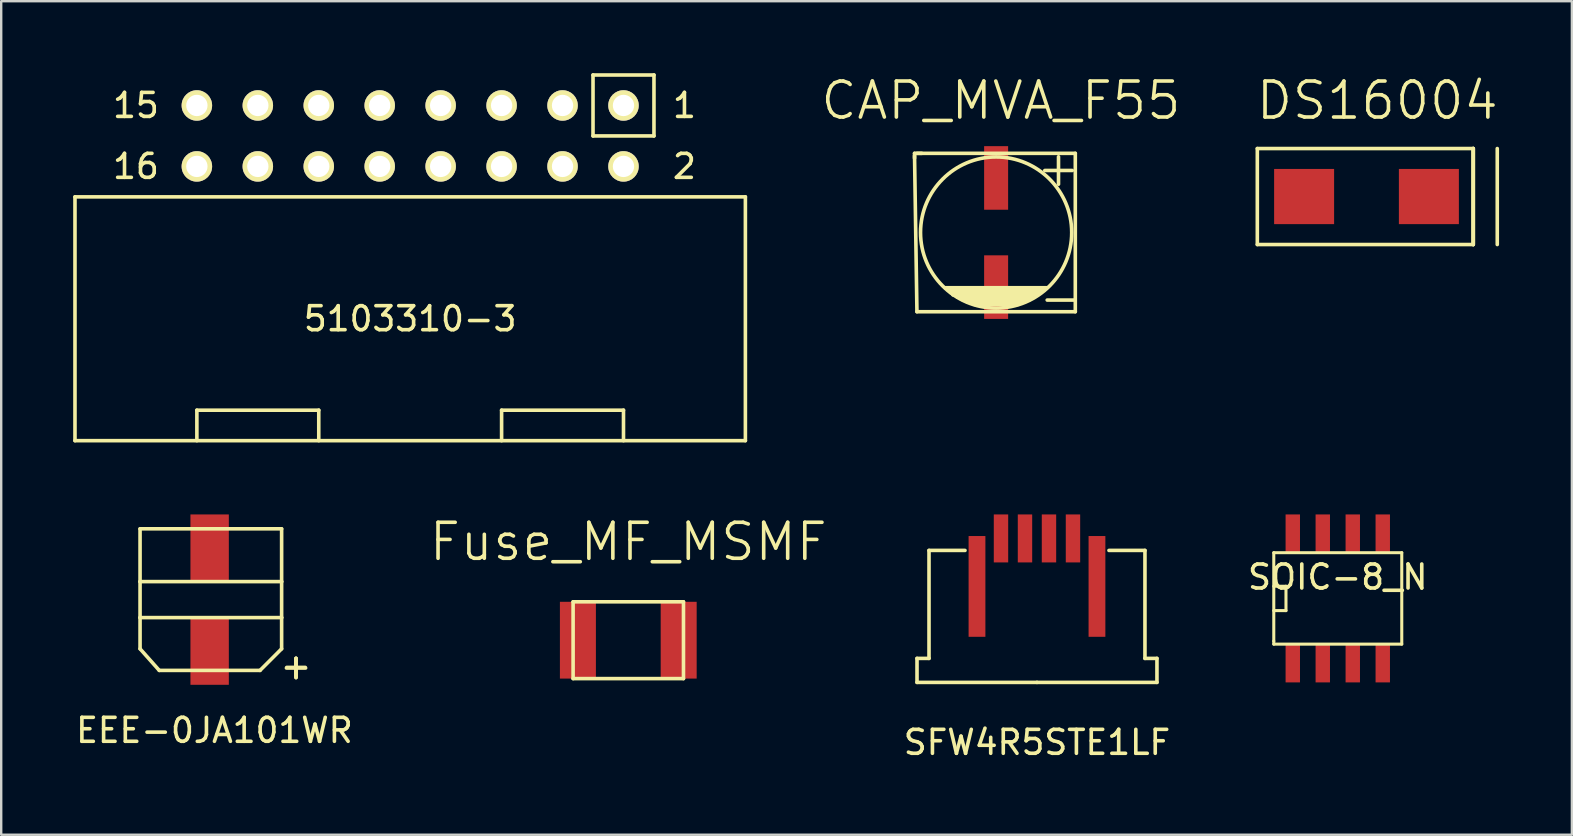
<source format=kicad_pcb>
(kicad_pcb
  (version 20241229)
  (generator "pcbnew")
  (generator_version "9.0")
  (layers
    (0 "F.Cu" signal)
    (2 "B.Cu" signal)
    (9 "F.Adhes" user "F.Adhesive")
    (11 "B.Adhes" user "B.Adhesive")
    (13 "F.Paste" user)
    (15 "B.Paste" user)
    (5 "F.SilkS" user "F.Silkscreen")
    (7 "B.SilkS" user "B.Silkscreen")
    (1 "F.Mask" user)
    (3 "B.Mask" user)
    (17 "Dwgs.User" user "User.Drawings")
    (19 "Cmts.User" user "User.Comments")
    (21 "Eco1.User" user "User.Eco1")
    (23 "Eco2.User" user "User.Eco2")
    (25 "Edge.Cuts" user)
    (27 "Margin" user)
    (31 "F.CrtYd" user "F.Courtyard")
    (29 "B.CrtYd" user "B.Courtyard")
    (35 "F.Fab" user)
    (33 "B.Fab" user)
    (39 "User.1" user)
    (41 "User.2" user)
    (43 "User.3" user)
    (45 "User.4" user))
  (footprint "SOIC-8_N"
    (layer "F.Cu")
    (at 52.704 21.89)
    (property "Reference" "SOIC-8_N" (at 0 -0.889 0) (layer "F.SilkS") (effects (font (size 1 1) (thickness 0.15))))
    (attr smd)
    (fp_line (start -2.667 -1.905) (end -2.667 1.778) (stroke (width 0.127) (type solid)) (layer "F.SilkS"))
    (fp_line (start -2.667 -0.508) (end -2.159 -0.508) (stroke (width 0.127) (type solid)) (layer "F.SilkS"))
    (fp_line (start -2.667 1.778) (end -2.667 1.905) (stroke (width 0.127) (type solid)) (layer "F.SilkS"))
    (fp_line (start -2.667 1.905) (end 2.667 1.905) (stroke (width 0.127) (type solid)) (layer "F.SilkS"))
    (fp_line (start -2.159 -0.508) (end -2.159 0.508) (stroke (width 0.127) (type solid)) (layer "F.SilkS"))
    (fp_line (start -2.159 0.508) (end -2.667 0.508) (stroke (width 0.127) (type solid)) (layer "F.SilkS"))
    (fp_line (start 2.667 -1.905) (end -2.667 -1.905) (stroke (width 0.127) (type solid)) (layer "F.SilkS"))
    (fp_line (start 2.667 -1.905) (end 2.667 1.905) (stroke (width 0.127) (type solid)) (layer "F.SilkS"))
    (pad "1" smd rect (at -1.875 2.7) (size 0.6 1.6) (layers "F.Cu" "F.Mask" "F.Paste"))
    (pad "2" smd rect (at -0.625 2.7) (size 0.6 1.6) (layers "F.Cu" "F.Mask" "F.Paste"))
    (pad "3" smd rect (at 0.625 2.7) (size 0.6 1.6) (layers "F.Cu" "F.Mask" "F.Paste"))
    (pad "4" smd rect (at 1.875 2.7) (size 0.6 1.6) (layers "F.Cu" "F.Mask" "F.Paste"))
    (pad "5" smd rect (at 1.875 -2.7) (size 0.6 1.6) (layers "F.Cu" "F.Mask" "F.Paste"))
    (pad "6" smd rect (at 0.625 -2.7) (size 0.6 1.6) (layers "F.Cu" "F.Mask" "F.Paste"))
    (pad "7" smd rect (at -0.625 -2.7) (size 0.6 1.6) (layers "F.Cu" "F.Mask" "F.Paste"))
    (pad "8" smd rect (at -1.875 -2.7) (size 0.6 1.6) (layers "F.Cu" "F.Mask" "F.Paste")))
  (footprint "SFW4R­5STE1LF"
    (layer "F.Cu")
    (at 40.168 20.39)
    (property "Reference" "SFW4R­5STE1LF" (at 0 7.5 0) (layer "F.SilkS") (effects (font (size 1 1) (thickness 0.15))))
    (attr through_hole)
    (fp_line (start -5 4) (end -5 5) (stroke (width 0.15) (type solid)) (layer "F.SilkS"))
    (fp_line (start -5 5) (end 0 5) (stroke (width 0.15) (type solid)) (layer "F.SilkS"))
    (fp_line (start -4.5 -0.5) (end -4.5 4) (stroke (width 0.15) (type solid)) (layer "F.SilkS"))
    (fp_line (start -4.5 4) (end -5 4) (stroke (width 0.15) (type solid)) (layer "F.SilkS"))
    (fp_line (start -3 -0.5) (end -4.5 -0.5) (stroke (width 0.15) (type solid)) (layer "F.SilkS"))
    (fp_line (start 0 5) (end 5 5) (stroke (width 0.15) (type solid)) (layer "F.SilkS"))
    (fp_line (start 3 -0.5) (end 4.5 -0.5) (stroke (width 0.15) (type solid)) (layer "F.SilkS"))
    (fp_line (start 4.5 -0.5) (end 4.5 4) (stroke (width 0.15) (type solid)) (layer "F.SilkS"))
    (fp_line (start 5 4) (end 4.5 4) (stroke (width 0.15) (type solid)) (layer "F.SilkS"))
    (fp_line (start 5 5) (end 5 4) (stroke (width 0.15) (type solid)) (layer "F.SilkS"))
    (pad "" smd rect (at -2.5 1) (size 0.7 4.2) (layers "F.Cu" "F.Mask" "F.Paste"))
    (pad "" smd rect (at 2.5 1) (size 0.7 4.2) (layers "F.Cu" "F.Mask" "F.Paste"))
    (pad "1" smd rect (at -1.5 -1) (size 0.6 2) (layers "F.Cu" "F.Mask" "F.Paste"))
    (pad "2" smd rect (at -0.5 -1) (size 0.6 2) (layers "F.Cu" "F.Mask" "F.Paste"))
    (pad "3" smd rect (at 0.5 -1) (size 0.6 2) (layers "F.Cu" "F.Mask" "F.Paste"))
    (pad "4" smd rect (at 1.5 -1) (size 0.6 2) (layers "F.Cu" "F.Mask" "F.Paste")))
  (footprint "Fuse_MF_MSMF"
    (layer "F.Cu")
    (at 23.135 23.631)
    (property "Reference" "Fuse_MF_MSMF" (at 0 -4.1 0) (layer "F.SilkS") (effects (font (size 1.5 1.5) (thickness 0.15))))
    (attr through_hole)
    (fp_line (start -2.3 -1.6) (end 2.3 -1.6) (stroke (width 0.15) (type solid)) (layer "F.SilkS"))
    (fp_line (start -2.3 1.6) (end -2.3 -1.6) (stroke (width 0.15) (type solid)) (layer "F.SilkS"))
    (fp_line (start 2.3 -1.6) (end 2.3 1.6) (stroke (width 0.15) (type solid)) (layer "F.SilkS"))
    (fp_line (start 2.3 1.6) (end -2.3 1.6) (stroke (width 0.15) (type solid)) (layer "F.SilkS"))
    (pad "1" smd rect (at -2.1 0) (size 1.5 3.2) (layers "F.Cu" "F.Mask" "F.Paste"))
    (pad "2" smd rect (at 2.1 0) (size 1.5 3.2) (layers "F.Cu" "F.Mask" "F.Paste")))
  (footprint "EEE-0JA101WR"
    (layer "F.Cu")
    (at 5.587 21.89)
    (property "Reference" "EEE-0JA101WR" (at 0.3 5.5 0) (layer "F.SilkS") (effects (font (size 1 1) (thickness 0.15))))
    (attr through_hole)
    (fp_line (start -2.8 -2.9) (end 3.1 -2.9) (stroke (width 0.15) (type solid)) (layer "F.SilkS"))
    (fp_line (start -2.8 -0.7) (end -2.8 -2.9) (stroke (width 0.15) (type solid)) (layer "F.SilkS"))
    (fp_line (start -2.8 0.8) (end -2.8 -0.7) (stroke (width 0.15) (type solid)) (layer "F.SilkS"))
    (fp_line (start -2.8 0.8) (end -2.8 2.1) (stroke (width 0.15) (type solid)) (layer "F.SilkS"))
    (fp_line (start -2.8 2.1) (end -2 3) (stroke (width 0.15) (type solid)) (layer "F.SilkS"))
    (fp_line (start -2 3) (end 2.2 3) (stroke (width 0.15) (type solid)) (layer "F.SilkS"))
    (fp_line (start 3.1 -2.9) (end 3.1 -0.7) (stroke (width 0.15) (type solid)) (layer "F.SilkS"))
    (fp_line (start 3.1 -0.7) (end -2.8 -0.7) (stroke (width 0.15) (type solid)) (layer "F.SilkS"))
    (fp_line (start 3.1 -0.7) (end 3.1 0.8) (stroke (width 0.15) (type solid)) (layer "F.SilkS"))
    (fp_line (start 3.1 0.8) (end -2.8 0.8) (stroke (width 0.15) (type solid)) (layer "F.SilkS"))
    (fp_line (start 3.1 0.8) (end 3.1 2.1) (stroke (width 0.15) (type solid)) (layer "F.SilkS"))
    (fp_line (start 3.1 2.1) (end 2.2 3) (stroke (width 0.15) (type solid)) (layer "F.SilkS"))
    (fp_line (start 3.7 2.5) (end 3.7 3.3) (stroke (width 0.15) (type solid)) (layer "F.SilkS"))
    (fp_line (start 3.7 3.3) (end 3.7 2.5) (stroke (width 0.15) (type solid)) (layer "F.SilkS"))
    (fp_line (start 4.1 2.9) (end 3.3 2.9) (stroke (width 0.15) (type solid)) (layer "F.SilkS"))
    (fp_text user "+" (at 3.7 2.8 0) (layer "F.SilkS") (effects (font (size 1 1) (thickness 0.15))))
    (pad "1" smd rect (at 0.1 2.2) (size 1.6 2.8) (layers "F.Cu" "F.Mask" "F.Paste"))
    (pad "2" smd rect (at 0.1 -2.1) (size 1.6 2.8) (layers "F.Cu" "F.Mask" "F.Paste")))
  (footprint "DS16004"
    (layer "F.Cu")
    (at 54.351 5.141)
    (property "Reference" "DS16004" (at 0 -4 0) (layer "F.SilkS") (effects (font (size 1.5 1.5) (thickness 0.15))))
    (attr through_hole)
    (fp_line (start -5 -2) (end -5 2) (stroke (width 0.15) (type solid)) (layer "F.SilkS"))
    (fp_line (start -5 2) (end 4 2) (stroke (width 0.15) (type solid)) (layer "F.SilkS"))
    (fp_line (start 4 -2) (end -5 -2) (stroke (width 0.15) (type solid)) (layer "F.SilkS"))
    (fp_line (start 4 -2) (end 4 2) (stroke (width 0.15) (type solid)) (layer "F.SilkS"))
    (fp_line (start 4 2) (end 4 -2) (stroke (width 0.15) (type solid)) (layer "F.SilkS"))
    (fp_line (start 4 2) (end 4 -2) (stroke (width 0.15) (type solid)) (layer "F.SilkS"))
    (fp_line (start 5 -2) (end 5 2) (stroke (width 0.15) (type solid)) (layer "F.SilkS"))
    (pad "1" smd rect (at -3.05 0) (size 2.5 2.3) (layers "F.Cu" "F.Mask" "F.Paste"))
    (pad "2" smd rect (at 2.15 0) (size 2.5 2.3) (layers "F.Cu" "F.Mask" "F.Paste")))
  (footprint "CAP_MVA_F55"
    (layer "F.Cu")
    (at 38.465 6.641)
    (property "Reference" "CAP_MVA_F55" (at 0.2 -5.5 0) (layer "F.SilkS") (effects (font (size 1.5 1.5) (thickness 0.15))))
    (attr through_hole)
    (fp_line (start -3.4 -3.3) (end -3.4 -3.1) (stroke (width 0.15) (type solid)) (layer "F.SilkS"))
    (fp_line (start -3.4 -3.3) (end -3.1 -3.3) (stroke (width 0.15) (type solid)) (layer "F.SilkS"))
    (fp_line (start -3.4 -3.2) (end -3.3 3.3) (stroke (width 0.15) (type solid)) (layer "F.SilkS"))
    (fp_line (start -3.3 3.3) (end 3.3 3.3) (stroke (width 0.15) (type solid)) (layer "F.SilkS"))
    (fp_line (start -2 2.4) (end 2 2.4) (stroke (width 0.15) (type solid)) (layer "F.SilkS"))
    (fp_line (start -1.9 2.5) (end 1.8 2.5) (stroke (width 0.15) (type solid)) (layer "F.SilkS"))
    (fp_line (start -1.4 2.8) (end 1.4 2.8) (stroke (width 0.15) (type solid)) (layer "F.SilkS"))
    (fp_line (start -1.2 2.9) (end 1.1 2.9) (stroke (width 0.15) (type solid)) (layer "F.SilkS"))
    (fp_line (start 0.9 3) (end -0.9 3) (stroke (width 0.15) (type solid)) (layer "F.SilkS"))
    (fp_line (start 1.5 2.7) (end -1.6 2.7) (stroke (width 0.15) (type solid)) (layer "F.SilkS"))
    (fp_line (start 1.7 2.6) (end -1.8 2.6) (stroke (width 0.15) (type solid)) (layer "F.SilkS"))
    (fp_line (start 2.1 2.3) (end -2.1 2.3) (stroke (width 0.15) (type solid)) (layer "F.SilkS"))
    (fp_line (start 3.3 -3.3) (end -3.3 -3.3) (stroke (width 0.15) (type solid)) (layer "F.SilkS"))
    (fp_line (start 3.3 3.3) (end 3.3 -3.3) (stroke (width 0.15) (type solid)) (layer "F.SilkS"))
    (fp_circle (center 0 0) (end 0 -3.15) (stroke (width 0.15) (type solid)) (fill no) (layer "F.SilkS"))
    (fp_text user "+" (at 2.6 -2.7 0) (layer "F.SilkS") (effects (font (size 1.5 1.5) (thickness 0.15))))
    (fp_text user "-" (at 2.7 2.7 0) (layer "F.SilkS") (effects (font (size 1.5 1.5) (thickness 0.15))))
    (pad "1" smd rect (at 0 -2.275) (size 1 2.65) (layers "F.Cu" "F.Mask" "F.Paste"))
    (pad "2" smd rect (at 0 2.275) (size 1 2.65) (layers "F.Cu" "F.Mask" "F.Paste")))
  (footprint "5103310­-3"
    (layer "F.Cu")
    (at 14.045 2.615)
    (property "Reference" "5103310­-3" (at 0 7.62 0) (layer "F.SilkS") (effects (font (size 1 1) (thickness 0.15))))
    (attr through_hole)
    (fp_line (start -13.97 2.54) (end 13.97 2.54) (stroke (width 0.15) (type solid)) (layer "F.SilkS"))
    (fp_line (start -13.97 12.7) (end -13.97 2.54) (stroke (width 0.15) (type solid)) (layer "F.SilkS"))
    (fp_line (start -13.97 12.7) (end 13.97 12.7) (stroke (width 0.15) (type solid)) (layer "F.SilkS"))
    (fp_line (start -8.89 11.43) (end -3.81 11.43) (stroke (width 0.15) (type solid)) (layer "F.SilkS"))
    (fp_line (start -8.89 12.7) (end -8.89 11.43) (stroke (width 0.15) (type solid)) (layer "F.SilkS"))
    (fp_line (start -3.81 11.43) (end -3.81 12.7) (stroke (width 0.15) (type solid)) (layer "F.SilkS"))
    (fp_line (start 3.81 11.43) (end 8.89 11.43) (stroke (width 0.15) (type solid)) (layer "F.SilkS"))
    (fp_line (start 3.81 12.7) (end 3.81 11.43) (stroke (width 0.15) (type solid)) (layer "F.SilkS"))
    (fp_line (start 7.62 -2.54) (end 7.62 0) (stroke (width 0.15) (type solid)) (layer "F.SilkS"))
    (fp_line (start 7.62 0) (end 10.16 0) (stroke (width 0.15) (type solid)) (layer "F.SilkS"))
    (fp_line (start 8.89 11.43) (end 8.89 12.7) (stroke (width 0.15) (type solid)) (layer "F.SilkS"))
    (fp_line (start 10.16 -2.54) (end 7.62 -2.54) (stroke (width 0.15) (type solid)) (layer "F.SilkS"))
    (fp_line (start 10.16 0) (end 10.16 -2.54) (stroke (width 0.15) (type solid)) (layer "F.SilkS"))
    (fp_line (start 13.97 12.7) (end 13.97 2.54) (stroke (width 0.15) (type solid)) (layer "F.SilkS"))
    (fp_text user "15" (at -11.43 -1.27 0) (layer "F.SilkS") (effects (font (size 1 1) (thickness 0.15))))
    (fp_text user "16" (at -11.43 1.27 0) (layer "F.SilkS") (effects (font (size 1 1) (thickness 0.15))))
    (fp_text user "2" (at 11.43 1.27 0) (layer "F.SilkS") (effects (font (size 1 1) (thickness 0.15))))
    (fp_text user "1" (at 11.43 -1.27 0) (layer "F.SilkS") (effects (font (size 1 1) (thickness 0.15))))
    (pad "1" thru_hole circle (at 8.89 -1.27) (size 1.27 1.27) (drill 0.889) (layers "*.Cu" "*.Mask" "F.SilkS"))
    (pad "2" thru_hole circle (at 8.89 1.27) (size 1.27 1.27) (drill 0.889) (layers "*.Cu" "*.Mask" "F.SilkS"))
    (pad "3" thru_hole circle (at 6.35 -1.27) (size 1.27 1.27) (drill 0.889) (layers "*.Cu" "*.Mask" "F.SilkS"))
    (pad "4" thru_hole circle (at 6.35 1.27) (size 1.27 1.27) (drill 0.889) (layers "*.Cu" "*.Mask" "F.SilkS"))
    (pad "5" thru_hole circle (at 3.81 -1.27) (size 1.27 1.27) (drill 0.889) (layers "*.Cu" "*.Mask" "F.SilkS"))
    (pad "6" thru_hole circle (at 3.81 1.27) (size 1.27 1.27) (drill 0.889) (layers "*.Cu" "*.Mask" "F.SilkS"))
    (pad "7" thru_hole circle (at 1.27 -1.27) (size 1.27 1.27) (drill 0.889) (layers "*.Cu" "*.Mask" "F.SilkS"))
    (pad "8" thru_hole circle (at 1.27 1.27) (size 1.27 1.27) (drill 0.889) (layers "*.Cu" "*.Mask" "F.SilkS"))
    (pad "9" thru_hole circle (at -1.27 -1.27) (size 1.27 1.27) (drill 0.889) (layers "*.Cu" "*.Mask" "F.SilkS"))
    (pad "10" thru_hole circle (at -1.27 1.27) (size 1.27 1.27) (drill 0.889) (layers "*.Cu" "*.Mask" "F.SilkS"))
    (pad "11" thru_hole circle (at -3.81 -1.27) (size 1.27 1.27) (drill 0.889) (layers "*.Cu" "*.Mask" "F.SilkS"))
    (pad "12" thru_hole circle (at -3.81 1.27) (size 1.27 1.27) (drill 0.889) (layers "*.Cu" "*.Mask" "F.SilkS"))
    (pad "13" thru_hole circle (at -6.35 -1.27) (size 1.27 1.27) (drill 0.889) (layers "*.Cu" "*.Mask" "F.SilkS"))
    (pad "14" thru_hole circle (at -6.35 1.27) (size 1.27 1.27) (drill 0.889) (layers "*.Cu" "*.Mask" "F.SilkS"))
    (pad "15" thru_hole circle (at -8.89 -1.27) (size 1.27 1.27) (drill 0.889) (layers "*.Cu" "*.Mask" "F.SilkS"))
    (pad "16" thru_hole circle (at -8.89 1.27) (size 1.27 1.27) (drill 0.889) (layers "*.Cu" "*.Mask" "F.SilkS")))
  (gr_rect
    (start -3 -3)
    (end 62.461 31.738)
    (stroke (width 0.1) (type default))
    (fill no)
    (layer "Edge.Cuts")))
</source>
